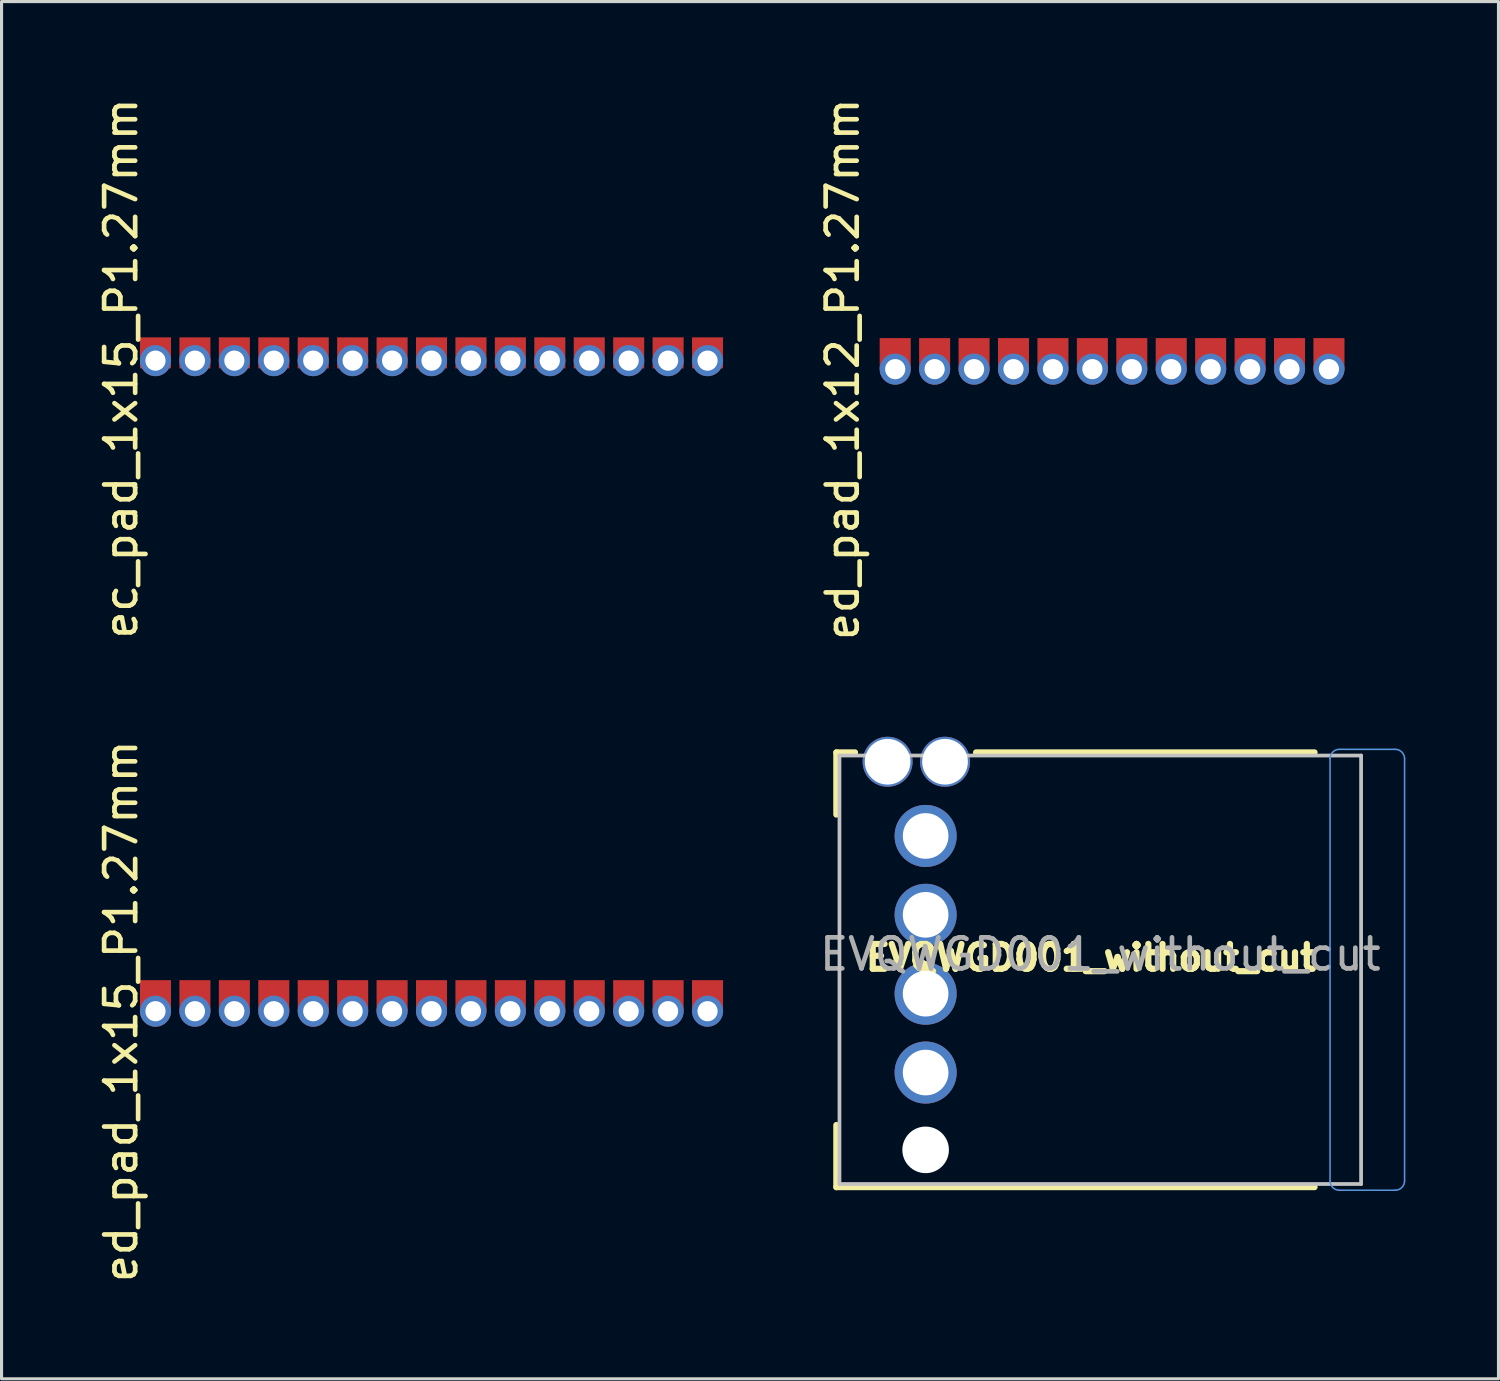
<source format=kicad_pcb>
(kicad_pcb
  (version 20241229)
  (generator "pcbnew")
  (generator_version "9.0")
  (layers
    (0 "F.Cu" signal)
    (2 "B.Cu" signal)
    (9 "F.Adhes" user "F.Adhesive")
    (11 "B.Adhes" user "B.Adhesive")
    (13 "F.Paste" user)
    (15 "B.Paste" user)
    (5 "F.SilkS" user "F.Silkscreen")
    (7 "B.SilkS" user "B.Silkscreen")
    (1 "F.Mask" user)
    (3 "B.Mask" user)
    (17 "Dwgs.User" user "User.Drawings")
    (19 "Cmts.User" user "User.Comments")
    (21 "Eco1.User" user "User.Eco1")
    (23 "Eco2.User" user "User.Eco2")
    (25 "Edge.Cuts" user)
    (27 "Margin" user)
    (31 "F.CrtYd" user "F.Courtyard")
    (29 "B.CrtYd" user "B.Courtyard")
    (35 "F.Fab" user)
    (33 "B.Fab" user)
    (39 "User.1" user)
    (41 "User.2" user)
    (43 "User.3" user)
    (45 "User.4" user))
  (footprint "ed_pad_1x12_P1.27mm"
    (layer "F.Cu")
    (at 32.767 8.839)
    (property "Reference" "ed_pad_1x12_P1.27mm" (at -8.68 0 90) (layer "F.SilkS") (effects (font (size 1 1) (thickness 0.15))))
    (attr through_hole)
    (pad "1" smd rect (at -6.985 -0.5 90) (size 1 1) (layers "F.Cu" "F.Mask" "F.Paste"))
    (pad "1" thru_hole circle (at -6.985 0 90) (size 1 1) (drill 0.65) (layers "*.Cu" "*.Mask"))
    (pad "2" smd rect (at -5.715 -0.5 90) (size 1 1) (layers "F.Cu" "F.Mask" "F.Paste"))
    (pad "2" thru_hole oval (at -5.715 0 90) (size 1 1) (drill 0.65) (layers "*.Cu" "*.Mask"))
    (pad "3" smd rect (at -4.445 -0.5 90) (size 1 1) (layers "F.Cu" "F.Mask" "F.Paste"))
    (pad "3" thru_hole oval (at -4.445 0 90) (size 1 1) (drill 0.65) (layers "*.Cu" "*.Mask"))
    (pad "4" smd rect (at -3.175 -0.5 90) (size 1 1) (layers "F.Cu" "F.Mask" "F.Paste"))
    (pad "4" thru_hole oval (at -3.175 0 90) (size 1 1) (drill 0.65) (layers "*.Cu" "*.Mask"))
    (pad "5" smd rect (at -1.905 -0.5 90) (size 1 1) (layers "F.Cu" "F.Mask" "F.Paste"))
    (pad "5" thru_hole oval (at -1.905 0 90) (size 1 1) (drill 0.65) (layers "*.Cu" "*.Mask"))
    (pad "6" smd rect (at -0.635 -0.5 90) (size 1 1) (layers "F.Cu" "F.Mask" "F.Paste"))
    (pad "6" thru_hole oval (at -0.635 0 90) (size 1 1) (drill 0.65) (layers "*.Cu" "*.Mask"))
    (pad "7" smd rect (at 0.635 -0.5 90) (size 1 1) (layers "F.Cu" "F.Mask" "F.Paste"))
    (pad "7" thru_hole oval (at 0.635 0 90) (size 1 1) (drill 0.65) (layers "*.Cu" "*.Mask"))
    (pad "8" smd rect (at 1.905 -0.5 90) (size 1 1) (layers "F.Cu" "F.Mask" "F.Paste"))
    (pad "8" thru_hole oval (at 1.905 0 90) (size 1 1) (drill 0.65) (layers "*.Cu" "*.Mask"))
    (pad "9" smd rect (at 3.175 -0.5 90) (size 1 1) (layers "F.Cu" "F.Mask" "F.Paste"))
    (pad "9" thru_hole oval (at 3.175 0 90) (size 1 1) (drill 0.65) (layers "*.Cu" "*.Mask"))
    (pad "10" smd rect (at 4.445 -0.5 90) (size 1 1) (layers "F.Cu" "F.Mask" "F.Paste"))
    (pad "10" thru_hole oval (at 4.445 0 90) (size 1 1) (drill 0.65) (layers "*.Cu" "*.Mask"))
    (pad "11" smd rect (at 5.715 -0.5 90) (size 1 1) (layers "F.Cu" "F.Mask" "F.Paste"))
    (pad "11" thru_hole oval (at 5.715 0 90) (size 1 1) (drill 0.65) (layers "*.Cu" "*.Mask"))
    (pad "12" smd rect (at 6.985 -0.5 90) (size 1 1) (layers "F.Cu" "F.Mask" "F.Paste"))
    (pad "12" thru_hole oval (at 6.985 0 90) (size 1 1) (drill 0.65) (layers "*.Cu" "*.Mask")))
  (footprint "ed_pad_1x15_P1.27mm"
    (layer "F.Cu")
    (at 10.848 29.518)
    (property "Reference" "ed_pad_1x15_P1.27mm" (at -10 0 90) (layer "F.SilkS") (effects (font (size 1 1) (thickness 0.15))))
    (attr through_hole)
    (pad "1" smd rect (at -8.89 -0.5 90) (size 1 1) (layers "F.Cu" "F.Mask" "F.Paste"))
    (pad "1" thru_hole oval (at -8.89 0 90) (size 1 1) (drill 0.65) (layers "*.Cu" "*.Mask"))
    (pad "2" smd rect (at -7.62 -0.5 90) (size 1 1) (layers "F.Cu" "F.Mask" "F.Paste"))
    (pad "2" thru_hole oval (at -7.62 0 90) (size 1 1) (drill 0.65) (layers "*.Cu" "*.Mask"))
    (pad "3" smd rect (at -6.35 -0.5 90) (size 1 1) (layers "F.Cu" "F.Mask" "F.Paste"))
    (pad "3" thru_hole oval (at -6.35 0 90) (size 1 1) (drill 0.65) (layers "*.Cu" "*.Mask"))
    (pad "4" smd rect (at -5.08 -0.5 90) (size 1 1) (layers "F.Cu" "F.Mask" "F.Paste"))
    (pad "4" thru_hole oval (at -5.08 0 90) (size 1 1) (drill 0.65) (layers "*.Cu" "*.Mask"))
    (pad "5" smd rect (at -3.81 -0.5 90) (size 1 1) (layers "F.Cu" "F.Mask" "F.Paste"))
    (pad "5" thru_hole oval (at -3.81 0 90) (size 1 1) (drill 0.65) (layers "*.Cu" "*.Mask"))
    (pad "6" smd rect (at -2.54 -0.5 90) (size 1 1) (layers "F.Cu" "F.Mask" "F.Paste"))
    (pad "6" thru_hole oval (at -2.54 0 90) (size 1 1) (drill 0.65) (layers "*.Cu" "*.Mask"))
    (pad "7" smd rect (at -1.27 -0.5 90) (size 1 1) (layers "F.Cu" "F.Mask" "F.Paste"))
    (pad "7" thru_hole oval (at -1.27 0 90) (size 1 1) (drill 0.65) (layers "*.Cu" "*.Mask"))
    (pad "8" smd rect (at 0 -0.5 90) (size 1 1) (layers "F.Cu" "F.Mask" "F.Paste"))
    (pad "8" thru_hole oval (at 0 0 90) (size 1 1) (drill 0.65) (layers "*.Cu" "*.Mask"))
    (pad "9" smd rect (at 1.27 -0.5 90) (size 1 1) (layers "F.Cu" "F.Mask" "F.Paste"))
    (pad "9" thru_hole oval (at 1.27 0 90) (size 1 1) (drill 0.65) (layers "*.Cu" "*.Mask"))
    (pad "10" smd rect (at 2.54 -0.5 90) (size 1 1) (layers "F.Cu" "F.Mask" "F.Paste"))
    (pad "10" thru_hole oval (at 2.54 0 90) (size 1 1) (drill 0.65) (layers "*.Cu" "*.Mask"))
    (pad "11" smd rect (at 3.81 -0.5 90) (size 1 1) (layers "F.Cu" "F.Mask" "F.Paste"))
    (pad "11" thru_hole oval (at 3.81 0 90) (size 1 1) (drill 0.65) (layers "*.Cu" "*.Mask"))
    (pad "12" smd rect (at 5.08 -0.5 90) (size 1 1) (layers "F.Cu" "F.Mask" "F.Paste"))
    (pad "12" thru_hole oval (at 5.08 0 90) (size 1 1) (drill 0.65) (layers "*.Cu" "*.Mask"))
    (pad "13" smd rect (at 6.35 -0.5 90) (size 1 1) (layers "F.Cu" "F.Mask" "F.Paste"))
    (pad "13" thru_hole oval (at 6.35 0 90) (size 1 1) (drill 0.65) (layers "*.Cu" "*.Mask"))
    (pad "14" smd rect (at 7.62 -0.5 90) (size 1 1) (layers "F.Cu" "F.Mask" "F.Paste"))
    (pad "14" thru_hole oval (at 7.62 0 90) (size 1 1) (drill 0.65) (layers "*.Cu" "*.Mask"))
    (pad "15" smd rect (at 8.89 -0.5 90) (size 1 1) (layers "F.Cu" "F.Mask" "F.Paste"))
    (pad "15" thru_hole oval (at 8.89 0 90) (size 1 1) (drill 0.65) (layers "*.Cu" "*.Mask")))
  (footprint "ec_pad_1x15_P1.27mm"
    (layer "F.Cu")
    (at 10.848 8.565)
    (property "Reference" "ec_pad_1x15_P1.27mm" (at -10 0.25 90) (layer "F.SilkS") (effects (font (size 1 1) (thickness 0.15))))
    (attr through_hole)
    (pad "1" smd rect (at -8.89 -0.25 90) (size 1 1) (layers "F.Cu" "F.Mask" "F.Paste"))
    (pad "1" thru_hole oval (at -8.89 0 90) (size 1 1) (drill 0.65) (layers "*.Cu" "*.Mask"))
    (pad "2" smd rect (at -7.62 -0.25 90) (size 1 1) (layers "F.Cu" "F.Mask" "F.Paste"))
    (pad "2" thru_hole oval (at -7.62 0 90) (size 1 1) (drill 0.65) (layers "*.Cu" "*.Mask"))
    (pad "3" smd rect (at -6.35 -0.25 90) (size 1 1) (layers "F.Cu" "F.Mask" "F.Paste"))
    (pad "3" thru_hole oval (at -6.35 0 90) (size 1 1) (drill 0.65) (layers "*.Cu" "*.Mask"))
    (pad "4" smd rect (at -5.08 -0.25 90) (size 1 1) (layers "F.Cu" "F.Mask" "F.Paste"))
    (pad "4" thru_hole oval (at -5.08 0 90) (size 1 1) (drill 0.65) (layers "*.Cu" "*.Mask"))
    (pad "5" smd rect (at -3.81 -0.25 90) (size 1 1) (layers "F.Cu" "F.Mask" "F.Paste"))
    (pad "5" thru_hole oval (at -3.81 0 90) (size 1 1) (drill 0.65) (layers "*.Cu" "*.Mask"))
    (pad "6" smd rect (at -2.54 -0.25 90) (size 1 1) (layers "F.Cu" "F.Mask" "F.Paste"))
    (pad "6" thru_hole oval (at -2.54 0 90) (size 1 1) (drill 0.65) (layers "*.Cu" "*.Mask"))
    (pad "7" smd rect (at -1.27 -0.25 90) (size 1 1) (layers "F.Cu" "F.Mask" "F.Paste"))
    (pad "7" thru_hole oval (at -1.27 0 90) (size 1 1) (drill 0.65) (layers "*.Cu" "*.Mask"))
    (pad "8" smd rect (at 0 -0.25 90) (size 1 1) (layers "F.Cu" "F.Mask" "F.Paste"))
    (pad "8" thru_hole oval (at 0 0 90) (size 1 1) (drill 0.65) (layers "*.Cu" "*.Mask"))
    (pad "9" smd rect (at 1.27 -0.25 90) (size 1 1) (layers "F.Cu" "F.Mask" "F.Paste"))
    (pad "9" thru_hole oval (at 1.27 0 90) (size 1 1) (drill 0.65) (layers "*.Cu" "*.Mask"))
    (pad "10" smd rect (at 2.54 -0.25 90) (size 1 1) (layers "F.Cu" "F.Mask" "F.Paste"))
    (pad "10" thru_hole oval (at 2.54 0 90) (size 1 1) (drill 0.65) (layers "*.Cu" "*.Mask"))
    (pad "11" smd rect (at 3.81 -0.25 90) (size 1 1) (layers "F.Cu" "F.Mask" "F.Paste"))
    (pad "11" thru_hole oval (at 3.81 0 90) (size 1 1) (drill 0.65) (layers "*.Cu" "*.Mask"))
    (pad "12" smd rect (at 5.08 -0.25 90) (size 1 1) (layers "F.Cu" "F.Mask" "F.Paste"))
    (pad "12" thru_hole oval (at 5.08 0 90) (size 1 1) (drill 0.65) (layers "*.Cu" "*.Mask"))
    (pad "13" smd rect (at 6.35 -0.25 90) (size 1 1) (layers "F.Cu" "F.Mask" "F.Paste"))
    (pad "13" thru_hole oval (at 6.35 0 90) (size 1 1) (drill 0.65) (layers "*.Cu" "*.Mask"))
    (pad "14" smd rect (at 7.62 -0.25 90) (size 1 1) (layers "F.Cu" "F.Mask" "F.Paste"))
    (pad "14" thru_hole oval (at 7.62 0 90) (size 1 1) (drill 0.65) (layers "*.Cu" "*.Mask"))
    (pad "15" smd rect (at 8.89 -0.25 90) (size 1 1) (layers "F.Cu" "F.Mask" "F.Paste"))
    (pad "15" thru_hole oval (at 8.89 0 90) (size 1 1) (drill 0.65) (layers "*.Cu" "*.Mask")))
  (footprint "EVQWGD001_without_cut"
    (layer "F.Cu")
    (at 32.387 27.684)
    (property "Reference" "EVQWGD001_without_cut" (at 0 0 0) (layer "F.Fab") (effects (font (size 1 1) (thickness 0.15))))
    (attr through_hole)
    (fp_line (start -8.5 -6.5) (end -8.5 -4.5) (stroke (width 0.2) (type solid)) (layer "F.SilkS"))
    (fp_line (start -8.5 5.5) (end -8.5 7.5) (stroke (width 0.2) (type solid)) (layer "F.SilkS"))
    (fp_line (start -8.5 7.5) (end 6.9 7.5) (stroke (width 0.2) (type solid)) (layer "F.SilkS"))
    (fp_line (start -7.9 -6.5) (end -8.5 -6.5) (stroke (width 0.2) (type solid)) (layer "F.SilkS"))
    (fp_line (start 6.9 -6.5) (end -4 -6.5) (stroke (width 0.2) (type solid)) (layer "F.SilkS"))
    (fp_line (start -8.4 -6.4) (end 8.4 -6.4) (stroke (width 0.12) (type solid)) (layer "Dwgs.User"))
    (fp_line (start -8.4 7.4) (end -8.4 -6.4) (stroke (width 0.12) (type solid)) (layer "Dwgs.User"))
    (fp_line (start 8.4 -6.4) (end 8.4 7.4) (stroke (width 0.12) (type solid)) (layer "Dwgs.User"))
    (fp_line (start 8.4 7.4) (end -8.4 7.4) (stroke (width 0.12) (type solid)) (layer "Dwgs.User"))
    (fp_line (start 7.4 -6.3) (end 7.4 7.3) (stroke (width 0.05) (type solid)) (layer "Cmts.User"))
    (fp_line (start 7.7 7.6) (end 9.5 7.6) (stroke (width 0.05) (type solid)) (layer "Cmts.User"))
    (fp_line (start 9.5 -6.6) (end 7.7 -6.6) (stroke (width 0.05) (type solid)) (layer "Cmts.User"))
    (fp_line (start 9.8 7.3) (end 9.8 -6.3) (stroke (width 0.05) (type solid)) (layer "Cmts.User"))
    (fp_arc (start 7.4 -6.3) (mid 7.487868 -6.512132) (end 7.7 -6.6) (stroke (width 0.05) (type solid)) (layer "Cmts.User"))
    (fp_arc (start 7.7 7.6) (mid 7.487868 7.512132) (end 7.4 7.3) (stroke (width 0.05) (type solid)) (layer "Cmts.User"))
    (fp_arc (start 9.5 -6.6) (mid 9.712132 -6.512132) (end 9.8 -6.3) (stroke (width 0.05) (type solid)) (layer "Cmts.User"))
    (fp_arc (start 9.8 7.3) (mid 9.712132 7.512132) (end 9.5 7.6) (stroke (width 0.05) (type solid)) (layer "Cmts.User"))
    (fp_text user "${REFERENCE}" (at -0.3 0.108 0) (layer "F.SilkS") (effects (font (size 0.8 0.8) (thickness 0.2))))
    (pad "" np_thru_hole circle (at -5.625 6.3) (size 1.5 1.5) (drill 1.5) (layers "*.Cu" "*.Mask"))
    (pad "A" thru_hole circle (at -5.625 -3.81) (size 2 2) (drill 1.47) (layers "*.Cu" "*.Mask"))
    (pad "B" thru_hole circle (at -5.625 -1.27) (size 2 2) (drill 1.47) (layers "*.Cu" "*.Mask"))
    (pad "C" thru_hole circle (at -5.625 1.27) (size 2 2) (drill 1.47) (layers "*.Cu" "*.Mask"))
    (pad "S1" thru_hole circle (at -6.85 -6.2) (size 1.61 1.61) (drill 1.47) (layers "*.Cu" "*.Mask"))
    (pad "S1" thru_hole circle (at -5.625 3.81) (size 2 2) (drill 1.47) (layers "*.Cu" "*.Mask"))
    (pad "S2" thru_hole circle (at -5 -6.2) (size 1.61 1.61) (drill 1.47) (layers "*.Cu" "*.Mask")))
  (gr_rect
    (start -3 -3)
    (end 45.212 41.357)
    (stroke (width 0.1) (type default))
    (fill no)
    (layer "Edge.Cuts")))
</source>
